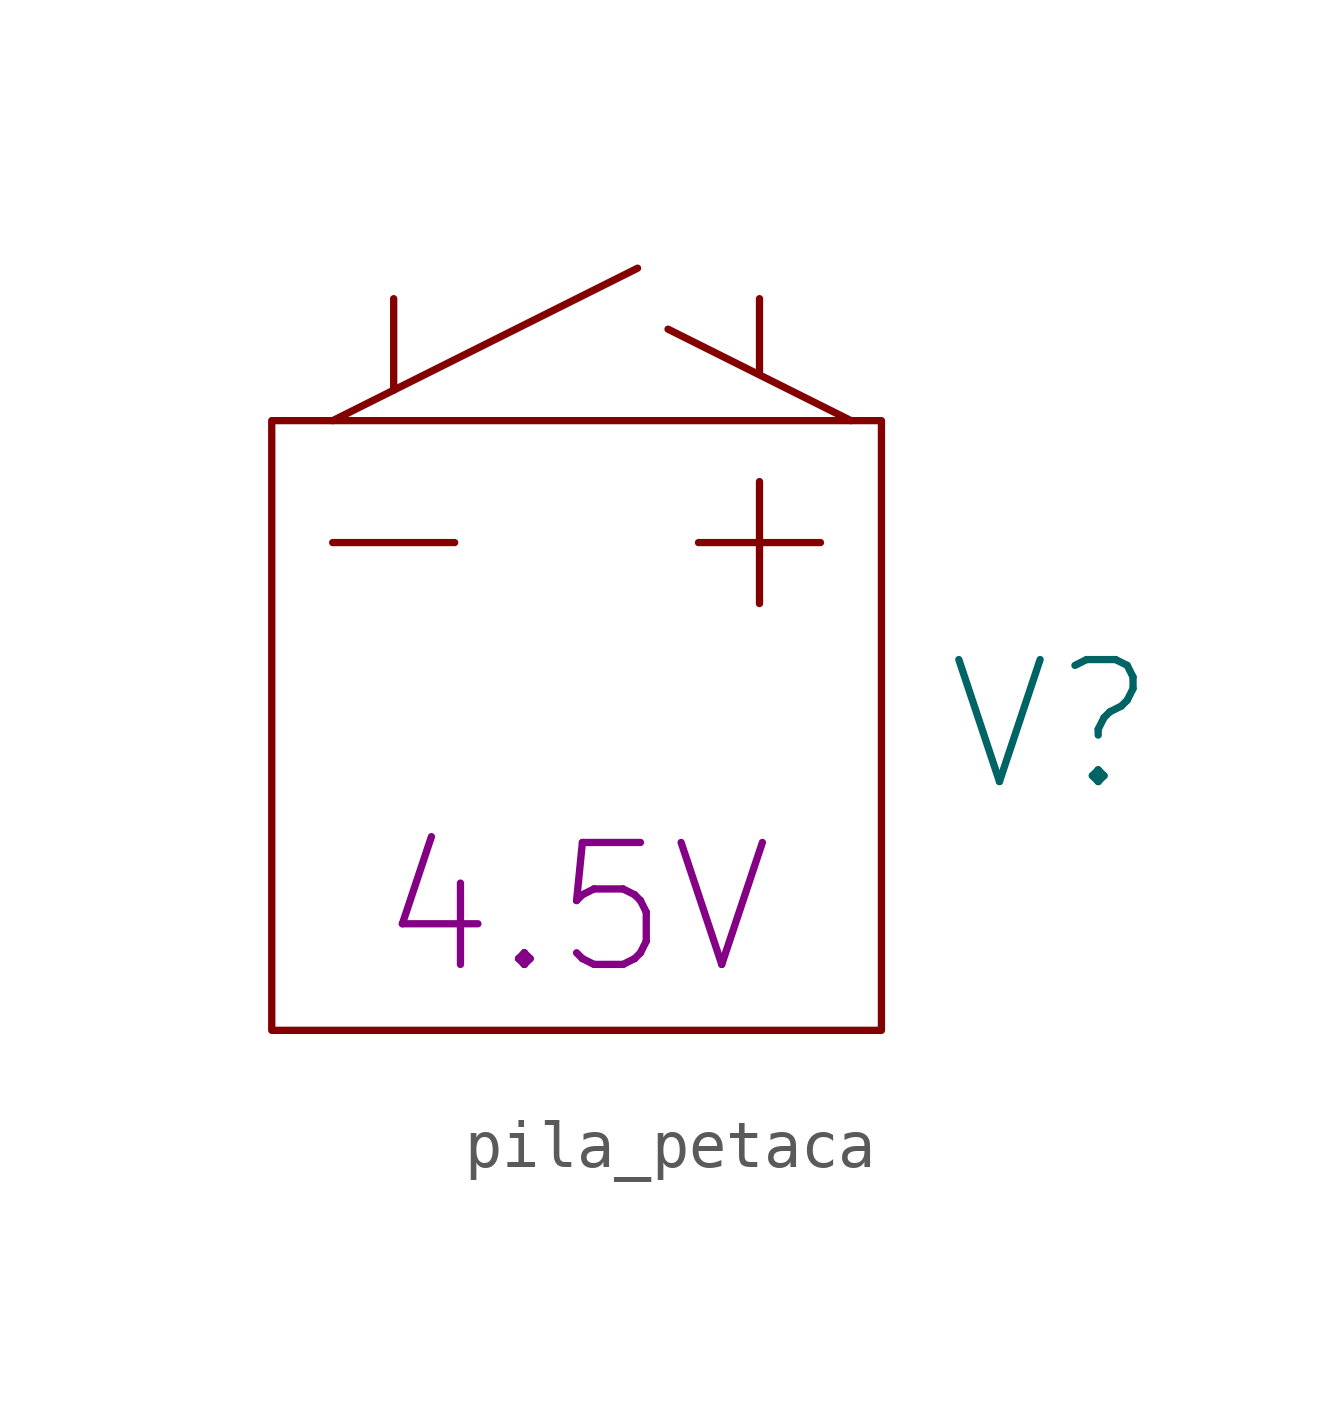
<source format=kicad_sym>
(kicad_symbol_lib
  (version 20231120)
  (generator "kicad_symbol_editor")
  (generator_version "8.0")
  (symbol "pila_petaca"
    (pin_names
      (offset 1.016))
    (property "Reference" "V"
      (at 11.43 -8.89 0)
      (effects (font (size 2.54 2.54)) (justify left)))
    (property "V" "4.5V"
      (at 3.81 -12.7 0)
      (effects (font (size 2.54 2.54))))
    (symbol "pila_petaca_0_1"
      (rectangle (start -2.54 -2.54) (end 10.16 -15.24) (stroke (width 0) (type default)) (fill (type none)))
      (polyline (pts (xy -1.27 -5.08) (xy 1.27 -5.08)) (stroke (width 0) (type default)) (fill (type none)))
      (polyline (pts (xy -1.27 -2.54) (xy 5.08 0.635)) (stroke (width 0) (type default)) (fill (type none)))
      (polyline (pts (xy 7.62 -3.81) (xy 7.62 -6.35)) (stroke (width 0) (type default)) (fill (type none)))
      (polyline (pts (xy 8.89 -5.08) (xy 6.35 -5.08)) (stroke (width 0) (type default)) (fill (type none)))
      (polyline (pts (xy 9.525 -2.54) (xy 5.715 -0.635)) (stroke (width 0) (type default)) (fill (type none))))
    (symbol "pila_petaca_1_1"
      (pin input line (at 0 0 270) (length 1.905) (name "" (effects (font (size 1.27 1.27)))) (number "" (effects (font (size 1.143 1.143)))))
      (pin input line (at 7.62 0 270) (length 1.524) (name "" (effects (font (size 1.27 1.27)))) (number "" (effects (font (size 1.143 1.143))))))))
</source>
